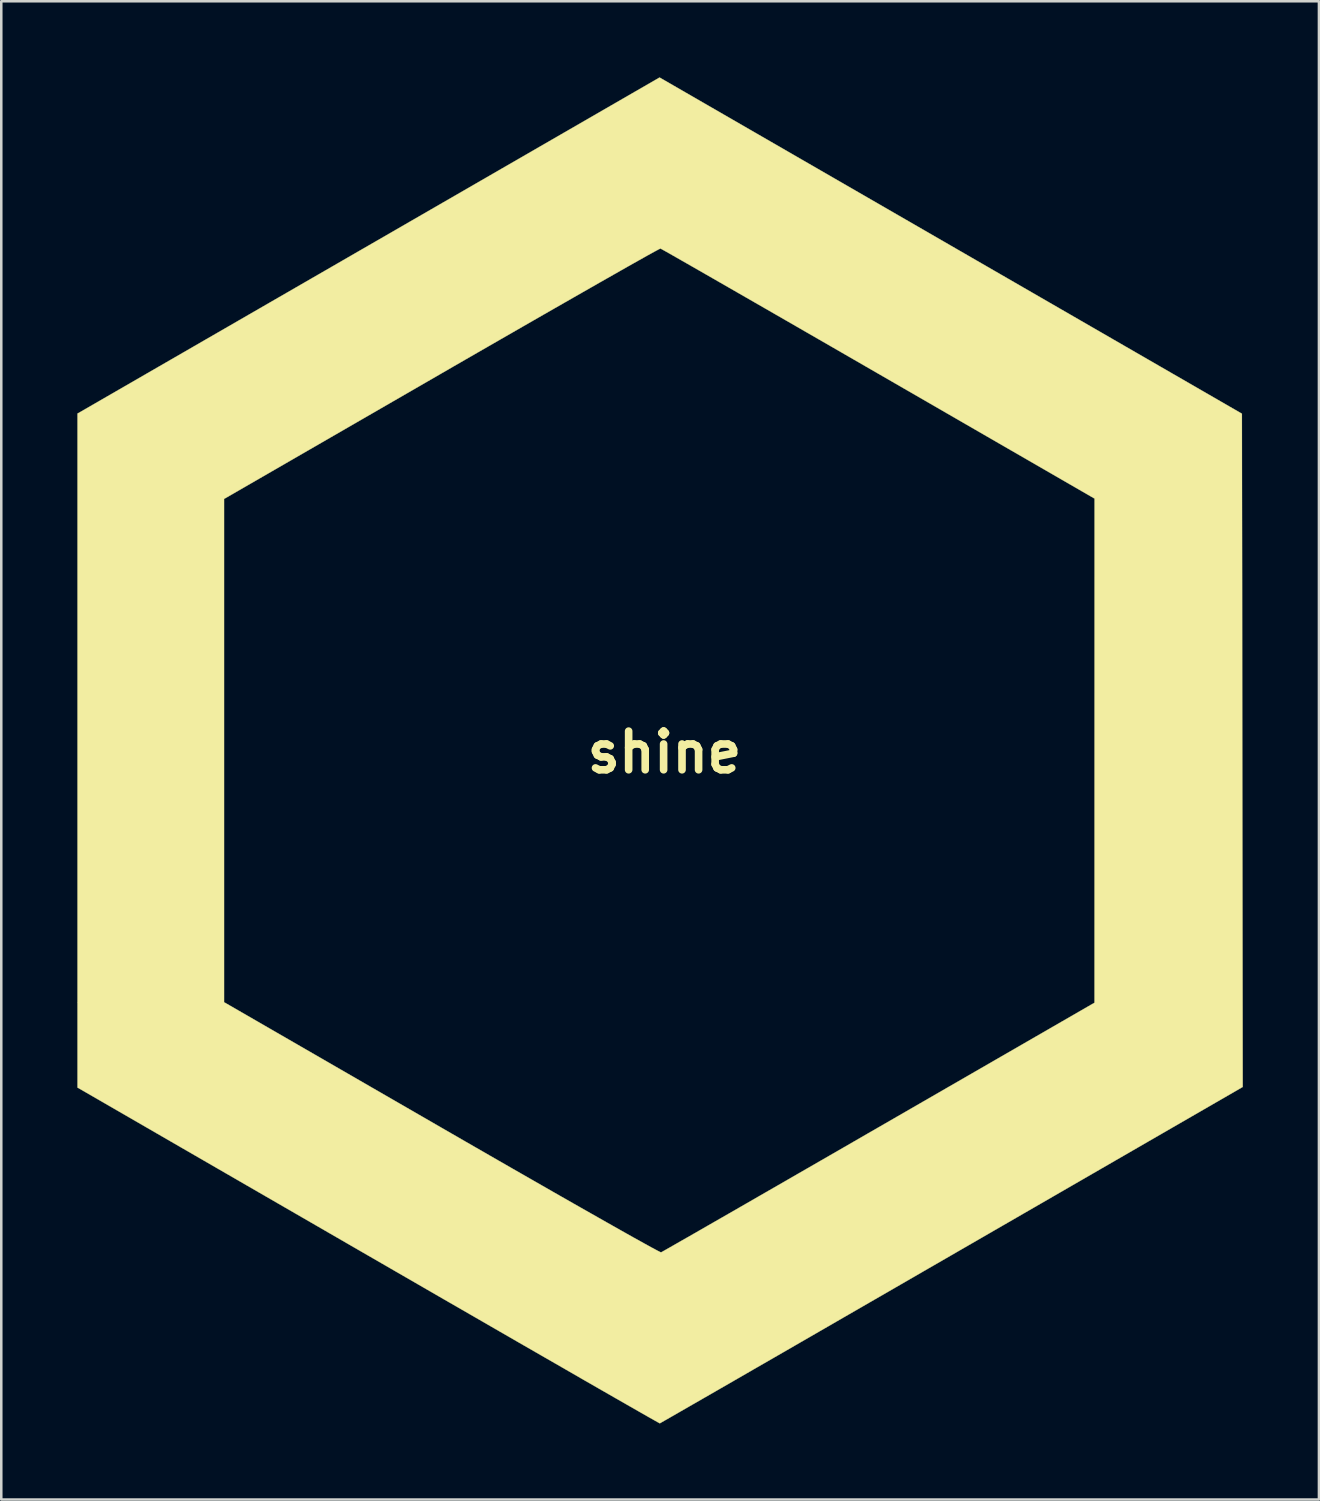
<source format=kicad_pcb>
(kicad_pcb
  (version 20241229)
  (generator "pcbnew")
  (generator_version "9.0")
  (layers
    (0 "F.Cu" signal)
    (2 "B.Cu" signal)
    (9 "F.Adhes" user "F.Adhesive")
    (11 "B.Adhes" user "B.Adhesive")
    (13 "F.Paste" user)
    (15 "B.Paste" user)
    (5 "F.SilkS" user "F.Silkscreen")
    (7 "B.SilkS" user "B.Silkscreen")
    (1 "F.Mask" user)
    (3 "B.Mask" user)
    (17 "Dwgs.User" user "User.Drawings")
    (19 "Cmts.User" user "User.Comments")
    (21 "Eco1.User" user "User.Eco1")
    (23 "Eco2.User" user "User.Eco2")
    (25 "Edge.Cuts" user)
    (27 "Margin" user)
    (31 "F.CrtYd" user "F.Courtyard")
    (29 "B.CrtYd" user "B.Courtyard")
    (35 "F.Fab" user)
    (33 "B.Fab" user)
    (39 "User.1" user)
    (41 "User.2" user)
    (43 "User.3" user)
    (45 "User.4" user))
  (footprint "shine"
    (layer "F.Cu")
    (at 23.151 26.611)
    (property "Reference" "shine" (at 0 0 0) (layer "F.SilkS") (effects (font (size 1.524 1.524) (thickness 0.3))))
    (attr through_hole)
    (fp_poly (pts (xy 11.285 -19.978) (xy 22.765 -13.35) (xy 22.781 -0.077) (xy 22.797 13.195) (xy 11.324 19.821) (xy 10.208 20.465) (xy 9.122 21.093) (xy 8.07 21.7) (xy 7.058 22.284) (xy 6.09 22.843) (xy 5.172 23.373) (xy 4.309 23.871) (xy 3.505 24.334) (xy 2.767 24.76) (xy 2.099 25.145) (xy 1.506 25.486) (xy 0.993 25.781) (xy 0.566 26.027) (xy 0.23 26.22) (xy -0.011 26.358) (xy -0.15 26.438) (xy -0.186 26.458) (xy -0.244 26.427) (xy -0.406 26.336) (xy -0.668 26.188) (xy -1.025 25.984) (xy -1.471 25.729) (xy -2.002 25.425) (xy -2.612 25.075) (xy -3.296 24.682) (xy -4.048 24.248) (xy -4.865 23.778) (xy -5.741 23.274) (xy -6.67 22.738) (xy -7.647 22.174) (xy -8.669 21.585) (xy -9.728 20.973) (xy -10.82 20.342) (xy -11.684 19.843) (xy -23.146 13.219) (xy -23.146 -9.989) (xy -17.367 -9.989) (xy -17.367 9.853) (xy -8.796 14.802) (xy -7.833 15.357) (xy -6.899 15.895) (xy -6.001 16.411) (xy -5.144 16.902) (xy -4.334 17.366) (xy -3.577 17.798) (xy -2.88 18.194) (xy -2.247 18.553) (xy -1.686 18.87) (xy -1.202 19.142) (xy -0.8 19.365) (xy -0.488 19.537) (xy -0.271 19.653) (xy -0.155 19.711) (xy -0.137 19.717) (xy -0.073 19.682) (xy 0.095 19.587) (xy 0.361 19.435) (xy 0.719 19.23) (xy 1.163 18.976) (xy 1.687 18.675) (xy 2.285 18.332) (xy 2.951 17.949) (xy 3.678 17.53) (xy 4.462 17.079) (xy 5.296 16.598) (xy 6.173 16.093) (xy 7.089 15.565) (xy 8.036 15.018) (xy 8.451 14.779) (xy 16.952 9.874) (xy 16.954 -10.003) (xy 8.434 -14.924) (xy 7.474 -15.478) (xy 6.544 -16.015) (xy 5.648 -16.531) (xy 4.795 -17.023) (xy 3.989 -17.487) (xy 3.236 -17.92) (xy 2.542 -18.319) (xy 1.914 -18.68) (xy 1.358 -18.999) (xy 0.878 -19.274) (xy 0.482 -19.5) (xy 0.176 -19.675) (xy -0.036 -19.794) (xy -0.146 -19.855) (xy -0.161 -19.862) (xy -0.223 -19.833) (xy -0.389 -19.744) (xy -0.654 -19.598) (xy -1.01 -19.398) (xy -1.453 -19.149) (xy -1.975 -18.852) (xy -2.572 -18.513) (xy -3.237 -18.133) (xy -3.964 -17.717) (xy -4.747 -17.269) (xy -5.581 -16.79) (xy -6.459 -16.285) (xy -7.375 -15.758) (xy -8.324 -15.211) (xy -8.801 -14.935) (xy -17.367 -9.989) (xy -23.146 -9.989) (xy -23.146 -13.355) (xy -11.671 -19.98) (xy -0.196 -26.606) (xy 11.285 -19.978)) (stroke (width 0.01) (type solid)) (fill yes) (layer "F.SilkS")))
  (gr_rect
    (start -3 -3)
    (end 48.953 56.073)
    (stroke (width 0.1) (type default))
    (fill no)
    (layer "Edge.Cuts")))
</source>
